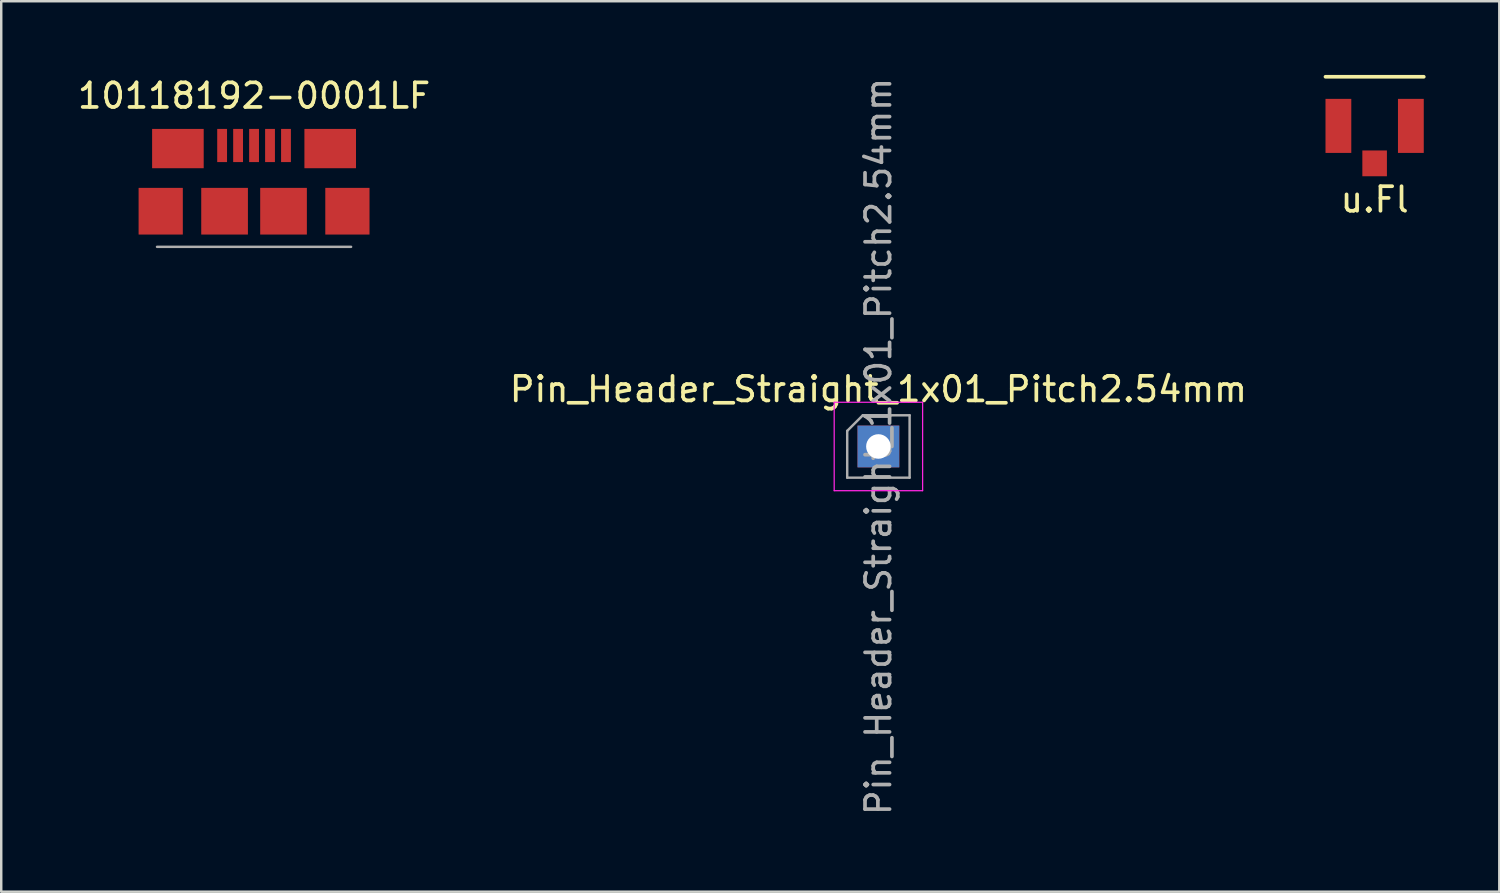
<source format=kicad_pcb>
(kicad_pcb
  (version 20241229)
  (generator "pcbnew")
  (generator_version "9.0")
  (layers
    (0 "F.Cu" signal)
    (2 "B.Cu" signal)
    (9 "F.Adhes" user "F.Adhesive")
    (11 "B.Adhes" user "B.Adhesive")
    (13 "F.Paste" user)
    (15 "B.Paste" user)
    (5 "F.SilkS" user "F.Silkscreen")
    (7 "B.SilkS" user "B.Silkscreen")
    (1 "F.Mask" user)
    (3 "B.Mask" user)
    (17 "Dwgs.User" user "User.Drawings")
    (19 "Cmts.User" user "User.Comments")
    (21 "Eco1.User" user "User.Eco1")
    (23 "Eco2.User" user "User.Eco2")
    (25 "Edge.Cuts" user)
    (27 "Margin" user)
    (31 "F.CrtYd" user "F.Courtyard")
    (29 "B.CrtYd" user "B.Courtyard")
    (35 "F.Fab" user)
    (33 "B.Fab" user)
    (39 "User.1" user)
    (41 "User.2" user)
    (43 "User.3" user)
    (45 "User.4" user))
  (footprint "10118192-0001LF"
    (layer "F.Cu")
    (at 7.292 5.548)
    (property "Reference" "10118192-0001LF" (at 0 -4.7 0) (layer "F.SilkS") (effects (font (size 1 1) (thickness 0.15))))
    (attr smd)
    (fp_line (start -3.95 1.45) (end 3.95 1.45) (stroke (width 0.1) (type solid)) (layer "F.Fab"))
    (pad "1" smd rect (at -1.3 -2.675) (size 0.4 1.35) (layers "F.Cu" "F.Mask" "F.Paste"))
    (pad "2" smd rect (at -0.65 -2.675) (size 0.4 1.35) (layers "F.Cu" "F.Mask" "F.Paste"))
    (pad "3" smd rect (at 0 -2.675) (size 0.4 1.35) (layers "F.Cu" "F.Mask" "F.Paste"))
    (pad "4" smd rect (at 0.65 -2.675) (size 0.4 1.35) (layers "F.Cu" "F.Mask" "F.Paste"))
    (pad "5" smd rect (at 1.3 -2.675) (size 0.4 1.35) (layers "F.Cu" "F.Mask" "F.Paste"))
    (pad "6" smd rect (at -3.8 0) (size 1.8 1.9) (layers "F.Cu" "F.Mask" "F.Paste"))
    (pad "6" smd rect (at -3.1 -2.55) (size 2.1 1.6) (layers "F.Cu" "F.Mask" "F.Paste"))
    (pad "6" smd rect (at -1.2 0) (size 1.9 1.9) (layers "F.Cu" "F.Mask" "F.Paste"))
    (pad "6" smd rect (at 1.2 0) (size 1.9 1.9) (layers "F.Cu" "F.Mask" "F.Paste"))
    (pad "6" smd rect (at 3.1 -2.55) (size 2.1 1.6) (layers "F.Cu" "F.Mask" "F.Paste"))
    (pad "6" smd rect (at 3.8 0) (size 1.8 1.9) (layers "F.Cu" "F.Mask" "F.Paste")))
  (footprint "Pin_Header_Straight_1x01_Pitch2.54mm"
    (layer "F.Cu")
    (at 32.708 15.125)
    (property "Reference" "Pin_Header_Straight_1x01_Pitch2.54mm" (at 0 -2.33 0) (layer "F.SilkS") (effects (font (size 1 1) (thickness 0.15))))
    (attr through_hole)
    (fp_line (start -1.8 -1.8) (end -1.8 1.8) (stroke (width 0.05) (type solid)) (layer "F.CrtYd"))
    (fp_line (start -1.8 1.8) (end 1.8 1.8) (stroke (width 0.05) (type solid)) (layer "F.CrtYd"))
    (fp_line (start 1.8 -1.8) (end -1.8 -1.8) (stroke (width 0.05) (type solid)) (layer "F.CrtYd"))
    (fp_line (start 1.8 1.8) (end 1.8 -1.8) (stroke (width 0.05) (type solid)) (layer "F.CrtYd"))
    (fp_line (start -1.27 -0.635) (end -0.635 -1.27) (stroke (width 0.1) (type solid)) (layer "F.Fab"))
    (fp_line (start -1.27 1.27) (end -1.27 -0.635) (stroke (width 0.1) (type solid)) (layer "F.Fab"))
    (fp_line (start -0.635 -1.27) (end 1.27 -1.27) (stroke (width 0.1) (type solid)) (layer "F.Fab"))
    (fp_line (start 1.27 -1.27) (end 1.27 1.27) (stroke (width 0.1) (type solid)) (layer "F.Fab"))
    (fp_line (start 1.27 1.27) (end -1.27 1.27) (stroke (width 0.1) (type solid)) (layer "F.Fab"))
    (fp_text user "${REFERENCE}" (at 0 0 90) (layer "F.Fab") (effects (font (size 1 1) (thickness 0.15))))
    (pad "1" thru_hole rect (at 0 0) (size 1.7 1.7) (drill 1) (layers "*.Cu" "*.Mask")))
  (footprint "u.Fl"
    (layer "F.Cu")
    (at 52.908 2.075)
    (property "Reference" "u.Fl" (at 0 3 0) (layer "F.SilkS") (effects (font (size 1 1) (thickness 0.15))))
    (attr smd)
    (fp_line (start -2 -2) (end 2 -2) (stroke (width 0.15) (type solid)) (layer "F.SilkS"))
    (pad "1" smd rect (at 0 1.525) (size 1 1.05) (layers "F.Cu" "F.Mask" "F.Paste"))
    (pad "2" smd rect (at -1.475 0) (size 1.05 2.2) (layers "F.Cu" "F.Mask" "F.Paste"))
    (pad "3" smd rect (at 1.475 0) (size 1.05 2.2) (layers "F.Cu" "F.Mask" "F.Paste")))
  (gr_rect
    (start -3 -3)
    (end 57.983 33.25)
    (stroke (width 0.1) (type default))
    (fill no)
    (layer "Edge.Cuts")))
</source>
